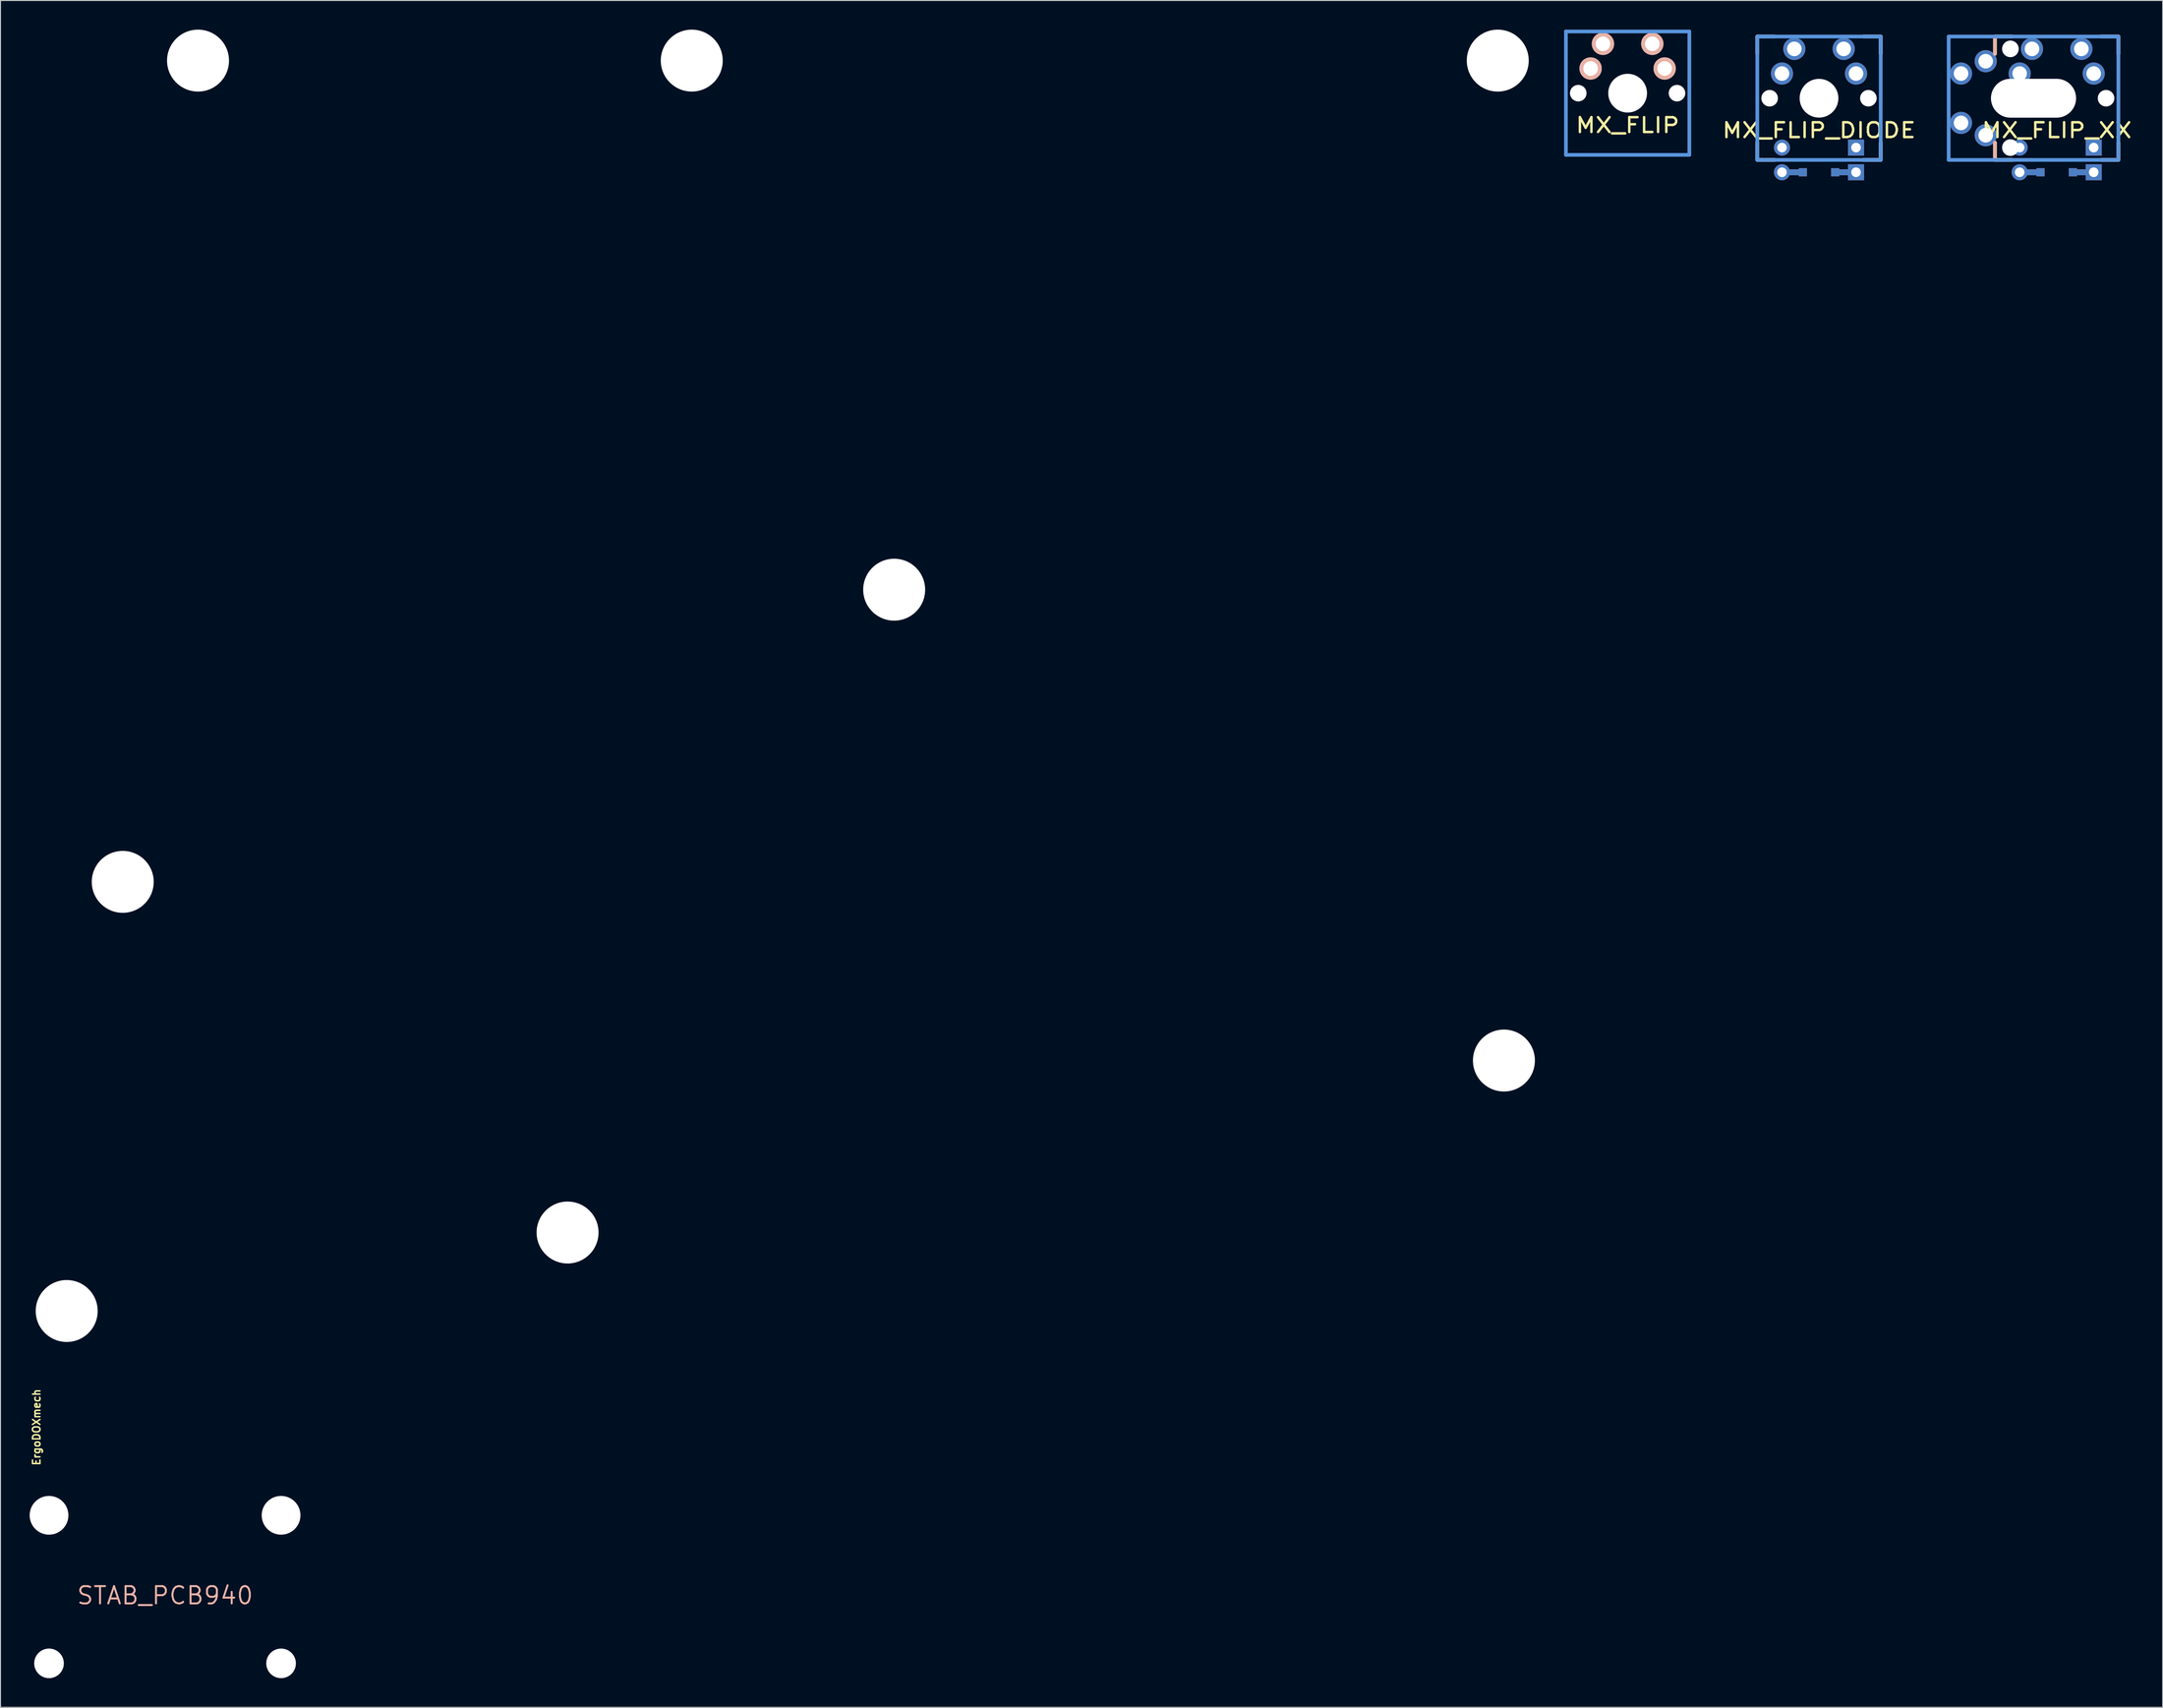
<source format=kicad_pcb>
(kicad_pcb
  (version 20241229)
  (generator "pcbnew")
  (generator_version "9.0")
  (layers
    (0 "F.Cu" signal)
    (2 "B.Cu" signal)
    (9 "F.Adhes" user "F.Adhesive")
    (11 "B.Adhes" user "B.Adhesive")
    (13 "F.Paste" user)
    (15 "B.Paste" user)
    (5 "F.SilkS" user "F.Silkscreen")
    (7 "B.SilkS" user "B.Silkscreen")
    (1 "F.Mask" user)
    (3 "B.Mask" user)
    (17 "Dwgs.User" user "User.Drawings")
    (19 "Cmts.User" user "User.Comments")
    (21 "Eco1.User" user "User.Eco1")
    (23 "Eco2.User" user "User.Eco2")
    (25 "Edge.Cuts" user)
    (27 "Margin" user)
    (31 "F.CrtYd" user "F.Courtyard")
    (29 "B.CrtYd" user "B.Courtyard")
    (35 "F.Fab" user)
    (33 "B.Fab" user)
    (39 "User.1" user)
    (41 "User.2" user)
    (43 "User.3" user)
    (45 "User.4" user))
  (footprint "MX_FLIP_XX"
    (layer "F.Cu")
    (at 208.566 7.061)
    (property "Reference" "MX_FLIP_XX" (at 0 3.302 0) (layer "F.SilkS") (effects (font (size 1.524 1.778) (thickness 0.254))))
    (attr through_hole)
    (fp_line (start -3.81 7.62) (end -1.664 7.62) (stroke (width 0.61) (type solid)) (layer "F.Cu"))
    (fp_line (start 1.664 7.62) (end 3.81 7.62) (stroke (width 0.61) (type solid)) (layer "F.Cu"))
    (fp_line (start -3.81 7.62) (end -1.664 7.62) (stroke (width 0.61) (type solid)) (layer "B.Cu"))
    (fp_line (start 1.664 7.62) (end 3.81 7.62) (stroke (width 0.61) (type solid)) (layer "B.Cu"))
    (fp_line (start -6.35 -6.35) (end -4.572 -6.35) (stroke (width 0.381) (type solid)) (layer "F.SilkS"))
    (fp_line (start -6.35 -4.572) (end -6.35 -6.35) (stroke (width 0.381) (type solid)) (layer "F.SilkS"))
    (fp_line (start -6.35 6.35) (end -6.35 4.572) (stroke (width 0.381) (type solid)) (layer "F.SilkS"))
    (fp_line (start -4.572 6.35) (end -6.35 6.35) (stroke (width 0.381) (type solid)) (layer "F.SilkS"))
    (fp_line (start 4.572 -6.35) (end 6.35 -6.35) (stroke (width 0.381) (type solid)) (layer "F.SilkS"))
    (fp_line (start 6.35 -6.35) (end 6.35 -4.572) (stroke (width 0.381) (type solid)) (layer "F.SilkS"))
    (fp_line (start 6.35 4.572) (end 6.35 6.35) (stroke (width 0.381) (type solid)) (layer "F.SilkS"))
    (fp_line (start 6.35 6.35) (end 4.572 6.35) (stroke (width 0.381) (type solid)) (layer "F.SilkS"))
    (fp_line (start -6.35 -6.35) (end -4.572 -6.35) (stroke (width 0.381) (type solid)) (layer "B.SilkS"))
    (fp_line (start -6.35 -4.572) (end -6.35 -6.35) (stroke (width 0.381) (type solid)) (layer "B.SilkS"))
    (fp_line (start -6.35 6.35) (end -6.35 4.572) (stroke (width 0.381) (type solid)) (layer "B.SilkS"))
    (fp_line (start -4.572 6.35) (end -6.35 6.35) (stroke (width 0.381) (type solid)) (layer "B.SilkS"))
    (fp_line (start 4.572 -6.35) (end 6.35 -6.35) (stroke (width 0.381) (type solid)) (layer "B.SilkS"))
    (fp_line (start 6.35 -6.35) (end 6.35 -4.572) (stroke (width 0.381) (type solid)) (layer "B.SilkS"))
    (fp_line (start 6.35 4.572) (end 6.35 6.35) (stroke (width 0.381) (type solid)) (layer "B.SilkS"))
    (fp_line (start 6.35 6.35) (end 4.572 6.35) (stroke (width 0.381) (type solid)) (layer "B.SilkS"))
    (fp_line (start -11.113 -6.35) (end 6.35 -6.35) (stroke (width 0.381) (type solid)) (layer "Cmts.User"))
    (fp_line (start -11.113 6.35) (end -11.113 -6.35) (stroke (width 0.381) (type solid)) (layer "Cmts.User"))
    (fp_line (start 6.35 -6.35) (end 6.35 6.35) (stroke (width 0.381) (type solid)) (layer "Cmts.User"))
    (fp_line (start 6.35 6.35) (end -11.113 6.35) (stroke (width 0.381) (type solid)) (layer "Cmts.User"))
    (fp_line (start -7.798 -6.005) (end -6.985 -6.005) (stroke (width 0.152) (type solid)) (layer "Eco2.User"))
    (fp_line (start -7.798 -2.504) (end -7.798 -6.005) (stroke (width 0.152) (type solid)) (layer "Eco2.User"))
    (fp_line (start -7.798 2.504) (end -6.985 2.504) (stroke (width 0.152) (type solid)) (layer "Eco2.User"))
    (fp_line (start -7.798 6.005) (end -7.798 2.504) (stroke (width 0.152) (type solid)) (layer "Eco2.User"))
    (fp_line (start -6.985 -6.985) (end 6.985 -6.985) (stroke (width 0.152) (type solid)) (layer "Eco2.User"))
    (fp_line (start -6.985 -6.005) (end -6.985 -6.985) (stroke (width 0.152) (type solid)) (layer "Eco2.User"))
    (fp_line (start -6.985 -2.504) (end -7.798 -2.504) (stroke (width 0.152) (type solid)) (layer "Eco2.User"))
    (fp_line (start -6.985 2.504) (end -6.985 -2.504) (stroke (width 0.152) (type solid)) (layer "Eco2.User"))
    (fp_line (start -6.985 6.005) (end -7.798 6.005) (stroke (width 0.152) (type solid)) (layer "Eco2.User"))
    (fp_line (start -6.985 6.985) (end -6.985 6.005) (stroke (width 0.152) (type solid)) (layer "Eco2.User"))
    (fp_line (start 6.985 -6.985) (end 6.985 -6.005) (stroke (width 0.152) (type solid)) (layer "Eco2.User"))
    (fp_line (start 6.985 -6.005) (end 7.798 -6.005) (stroke (width 0.152) (type solid)) (layer "Eco2.User"))
    (fp_line (start 6.985 -2.504) (end 6.985 2.504) (stroke (width 0.152) (type solid)) (layer "Eco2.User"))
    (fp_line (start 6.985 2.504) (end 7.798 2.504) (stroke (width 0.152) (type solid)) (layer "Eco2.User"))
    (fp_line (start 6.985 6.005) (end 6.985 6.985) (stroke (width 0.152) (type solid)) (layer "Eco2.User"))
    (fp_line (start 6.985 6.985) (end -6.985 6.985) (stroke (width 0.152) (type solid)) (layer "Eco2.User"))
    (fp_line (start 7.798 -6.005) (end 7.798 -2.504) (stroke (width 0.152) (type solid)) (layer "Eco2.User"))
    (fp_line (start 7.798 -2.504) (end 6.985 -2.504) (stroke (width 0.152) (type solid)) (layer "Eco2.User"))
    (fp_line (start 7.798 2.504) (end 7.798 6.005) (stroke (width 0.152) (type solid)) (layer "Eco2.User"))
    (fp_line (start 7.798 6.005) (end 6.985 6.005) (stroke (width 0.152) (type solid)) (layer "Eco2.User"))
    (pad "" np_thru_hole circle (at 5.08 0) (size 1.702 1.702) (drill 1.702) (layers "*.Cu" "*.Mask"))
    (pad "1" thru_hole circle (at -9.842 -2.54) (size 2.281 2.281) (drill 1.499) (layers "*.Cu" "*.Mask"))
    (pad "1" thru_hole circle (at -7.303 -3.81) (size 2.281 2.281) (drill 1.499) (layers "*.Cu" "*.Mask"))
    (pad "1" thru_hole circle (at 2.54 -5.08) (size 2.286 2.286) (drill 1.499) (layers "*.Cu" "*.Mask"))
    (pad "1" thru_hole circle (at 3.81 -2.54) (size 2.283 2.283) (drill 1.499) (layers "*.Cu" "*.Mask"))
    (pad "2" thru_hole circle (at -9.842 2.54) (size 2.281 2.281) (drill 1.499) (layers "*.Cu" "*.Mask"))
    (pad "2" thru_hole circle (at -7.303 3.81) (size 2.281 2.281) (drill 1.499) (layers "*.Cu" "*.Mask"))
    (pad "2" thru_hole circle (at -4.763 -5.08 90) (size 1.702 1.702) (drill 1.702) (layers "*.Cu" "*.Mask"))
    (pad "2" thru_hole circle (at -3.81 -2.54) (size 2.286 2.286) (drill 1.499) (layers "*.Cu" "*.Mask"))
    (pad "2" thru_hole circle (at -2.54 -5.08) (size 2.286 2.286) (drill 1.499) (layers "*.Cu" "*.Mask"))
    (pad "2" thru_hole oval (at -2.383 0) (size 8.75 3.988) (drill oval 8.75 3.988) (layers "*.Cu" "*.Mask"))
    (pad "3" thru_hole circle (at -4.763 5.08 90) (size 1.702 1.702) (drill 1.702) (layers "*.Cu" "*.Mask"))
    (pad "3" thru_hole circle (at -3.81 5.08) (size 1.651 1.651) (drill 0.991) (layers "*.Cu" "*.Mask"))
    (pad "3" thru_hole circle (at -3.81 7.62) (size 1.651 1.651) (drill 0.991) (layers "*.Cu" "*.Mask"))
    (pad "4" thru_hole rect (at 3.81 5.08) (size 1.651 1.651) (drill 0.991) (layers "*.Cu" "*.Mask"))
    (pad "4" thru_hole rect (at 3.81 7.62) (size 1.651 1.651) (drill 0.991) (layers "*.Cu" "*.Mask"))
    (pad "99" smd rect (at -1.664 7.62) (size 0.838 0.838) (layers "F.Cu" "F.Mask" "F.Paste"))
    (pad "99" smd rect (at -1.664 7.62) (size 0.838 0.838) (layers "B.Cu" "B.Mask" "B.Paste"))
    (pad "99" smd rect (at 1.664 7.62) (size 0.838 0.838) (layers "F.Cu" "F.Mask" "F.Paste"))
    (pad "99" smd rect (at 1.664 7.62) (size 0.838 0.838) (layers "B.Cu" "B.Mask" "B.Paste")))
  (footprint "ErgoDOXmech"
    (layer "F.Cu")
    (at 0.713 143.853)
    (property "Reference" "ErgoDOXmech" (at 0 0 90) (layer "F.SilkS") (effects (font (size 0.762 0.762) (thickness 0.152))))
    (attr through_hole)
    (pad "" np_thru_hole circle (at 3.099 -11.963) (size 6.375 6.375) (drill 6.375) (layers "*.Cu" "*.Mask"))
    (pad "" np_thru_hole circle (at 8.865 -56.134) (size 6.375 6.375) (drill 6.375) (layers "*.Cu" "*.Mask"))
    (pad "" np_thru_hole circle (at 16.612 -140.665) (size 6.375 6.375) (drill 6.375) (layers "*.Cu" "*.Mask"))
    (pad "" np_thru_hole circle (at 54.635 -20.041) (size 6.375 6.375) (drill 6.375) (layers "*.Cu" "*.Mask"))
    (pad "" np_thru_hole circle (at 67.412 -140.665) (size 6.375 6.375) (drill 6.375) (layers "*.Cu" "*.Mask"))
    (pad "" np_thru_hole circle (at 88.24 -86.208) (size 6.375 6.375) (drill 6.375) (layers "*.Cu" "*.Mask"))
    (pad "" np_thru_hole circle (at 150.343 -140.665) (size 6.375 6.375) (drill 6.375) (layers "*.Cu" "*.Mask"))
    (pad "" np_thru_hole circle (at 150.978 -37.744) (size 6.375 6.375) (drill 6.375) (layers "*.Cu" "*.Mask")))
  (footprint "STAB_PCB940"
    (layer "F.Cu")
    (at 13.932 161.173)
    (property "Reference" "STAB_PCB940" (at 0 0 0) (layer "B.SilkS") (effects (font (size 1.778 1.778) (thickness 0.203))))
    (attr through_hole)
    (fp_line (start -13.589 -6.223) (end -10.287 -6.223) (stroke (width 0.152) (type solid)) (layer "Eco2.User"))
    (fp_line (start -13.589 7.747) (end -13.589 -6.223) (stroke (width 0.152) (type solid)) (layer "Eco2.User"))
    (fp_line (start -10.287 -6.223) (end -10.287 7.747) (stroke (width 0.152) (type solid)) (layer "Eco2.User"))
    (fp_line (start -10.287 7.747) (end -13.589 7.747) (stroke (width 0.152) (type solid)) (layer "Eco2.User"))
    (fp_line (start 10.287 -6.223) (end 13.589 -6.223) (stroke (width 0.152) (type solid)) (layer "Eco2.User"))
    (fp_line (start 10.287 7.747) (end 10.287 -6.223) (stroke (width 0.152) (type solid)) (layer "Eco2.User"))
    (fp_line (start 13.589 -6.223) (end 13.589 7.747) (stroke (width 0.152) (type solid)) (layer "Eco2.User"))
    (fp_line (start 13.589 7.747) (end 10.287 7.747) (stroke (width 0.152) (type solid)) (layer "Eco2.User"))
    (pad "" np_thru_hole circle (at -11.938 -8.255) (size 3.988 3.988) (drill 3.988) (layers "*.Cu"))
    (pad "" np_thru_hole circle (at -11.938 6.985) (size 3.048 3.048) (drill 3.048) (layers "*.Cu" "*.Mask"))
    (pad "" np_thru_hole circle (at 11.938 6.985) (size 3.048 3.048) (drill 3.048) (layers "*.Cu"))
    (pad "" np_thru_hole circle (at 11.938 -8.255) (size 3.988 3.988) (drill 3.988) (layers "*.Cu" "*.Mask")))
  (footprint "MX_FLIP"
    (layer "F.Cu")
    (at 164.419 6.54)
    (property "Reference" "MX_FLIP" (at 0 3.302 0) (layer "F.SilkS") (effects (font (size 1.524 1.778) (thickness 0.254))))
    (attr through_hole)
    (fp_line (start -6.35 -6.35) (end 6.35 -6.35) (stroke (width 0.381) (type solid)) (layer "Cmts.User"))
    (fp_line (start -6.35 6.35) (end -6.35 -6.35) (stroke (width 0.381) (type solid)) (layer "Cmts.User"))
    (fp_line (start 6.35 -6.35) (end 6.35 6.35) (stroke (width 0.381) (type solid)) (layer "Cmts.User"))
    (fp_line (start 6.35 6.35) (end -6.35 6.35) (stroke (width 0.381) (type solid)) (layer "Cmts.User"))
    (pad "" np_thru_hole circle (at -5.08 0) (size 1.702 1.702) (drill 1.702) (layers "*.Cu" "*.Mask"))
    (pad "" np_thru_hole circle (at 0 0) (size 3.988 3.988) (drill 3.988) (layers "*.Cu" "*.Mask"))
    (pad "" np_thru_hole circle (at 5.08 0) (size 1.702 1.702) (drill 1.702) (layers "*.Cu" "*.Mask"))
    (pad "1" thru_hole circle (at 2.54 -5.08) (size 2.286 2.286) (drill 1.499) (layers "*.Cu" "*.SilkS" "*.Mask"))
    (pad "1" thru_hole circle (at 3.81 -2.54) (size 2.286 2.286) (drill 1.499) (layers "*.Cu" "*.SilkS" "*.Mask"))
    (pad "2" thru_hole circle (at -3.81 -2.54) (size 2.286 2.286) (drill 1.499) (layers "*.Cu" "*.SilkS" "*.Mask"))
    (pad "2" thru_hole circle (at -2.54 -5.08) (size 2.286 2.286) (drill 1.499) (layers "*.Cu" "*.SilkS" "*.Mask")))
  (footprint "MX_FLIP_DIODE"
    (layer "F.Cu")
    (at 184.111 7.061)
    (property "Reference" "MX_FLIP_DIODE" (at 0 3.302 0) (layer "F.SilkS") (effects (font (size 1.524 1.778) (thickness 0.254))))
    (attr through_hole)
    (fp_line (start -3.81 7.62) (end -1.664 7.62) (stroke (width 0.61) (type solid)) (layer "F.Cu"))
    (fp_line (start 1.664 7.62) (end 3.81 7.62) (stroke (width 0.61) (type solid)) (layer "F.Cu"))
    (fp_line (start -3.81 7.62) (end -1.664 7.62) (stroke (width 0.61) (type solid)) (layer "B.Cu"))
    (fp_line (start 1.664 7.62) (end 3.81 7.62) (stroke (width 0.61) (type solid)) (layer "B.Cu"))
    (fp_line (start -6.35 -6.35) (end -4.572 -6.35) (stroke (width 0.381) (type solid)) (layer "F.SilkS"))
    (fp_line (start -6.35 -4.572) (end -6.35 -6.35) (stroke (width 0.381) (type solid)) (layer "F.SilkS"))
    (fp_line (start -6.35 6.35) (end -6.35 4.572) (stroke (width 0.381) (type solid)) (layer "F.SilkS"))
    (fp_line (start -4.572 6.35) (end -6.35 6.35) (stroke (width 0.381) (type solid)) (layer "F.SilkS"))
    (fp_line (start 4.572 -6.35) (end 6.35 -6.35) (stroke (width 0.381) (type solid)) (layer "F.SilkS"))
    (fp_line (start 6.35 -6.35) (end 6.35 -4.572) (stroke (width 0.381) (type solid)) (layer "F.SilkS"))
    (fp_line (start 6.35 4.572) (end 6.35 6.35) (stroke (width 0.381) (type solid)) (layer "F.SilkS"))
    (fp_line (start 6.35 6.35) (end 4.572 6.35) (stroke (width 0.381) (type solid)) (layer "F.SilkS"))
    (fp_line (start -6.35 -6.35) (end -4.572 -6.35) (stroke (width 0.381) (type solid)) (layer "B.SilkS"))
    (fp_line (start -6.35 -4.572) (end -6.35 -6.35) (stroke (width 0.381) (type solid)) (layer "B.SilkS"))
    (fp_line (start -6.35 6.35) (end -6.35 4.572) (stroke (width 0.381) (type solid)) (layer "B.SilkS"))
    (fp_line (start -4.572 6.35) (end -6.35 6.35) (stroke (width 0.381) (type solid)) (layer "B.SilkS"))
    (fp_line (start 4.572 -6.35) (end 6.35 -6.35) (stroke (width 0.381) (type solid)) (layer "B.SilkS"))
    (fp_line (start 6.35 -6.35) (end 6.35 -4.572) (stroke (width 0.381) (type solid)) (layer "B.SilkS"))
    (fp_line (start 6.35 4.572) (end 6.35 6.35) (stroke (width 0.381) (type solid)) (layer "B.SilkS"))
    (fp_line (start 6.35 6.35) (end 4.572 6.35) (stroke (width 0.381) (type solid)) (layer "B.SilkS"))
    (fp_line (start -6.35 -6.35) (end 6.35 -6.35) (stroke (width 0.381) (type solid)) (layer "Cmts.User"))
    (fp_line (start -6.35 6.35) (end -6.35 -6.35) (stroke (width 0.381) (type solid)) (layer "Cmts.User"))
    (fp_line (start 6.35 -6.35) (end 6.35 6.35) (stroke (width 0.381) (type solid)) (layer "Cmts.User"))
    (fp_line (start 6.35 6.35) (end -6.35 6.35) (stroke (width 0.381) (type solid)) (layer "Cmts.User"))
    (fp_line (start -7.798 -6.005) (end -6.985 -6.005) (stroke (width 0.152) (type solid)) (layer "Eco2.User"))
    (fp_line (start -7.798 -2.504) (end -7.798 -6.005) (stroke (width 0.152) (type solid)) (layer "Eco2.User"))
    (fp_line (start -7.798 2.504) (end -6.985 2.504) (stroke (width 0.152) (type solid)) (layer "Eco2.User"))
    (fp_line (start -7.798 6.005) (end -7.798 2.504) (stroke (width 0.152) (type solid)) (layer "Eco2.User"))
    (fp_line (start -6.985 -6.985) (end 6.985 -6.985) (stroke (width 0.152) (type solid)) (layer "Eco2.User"))
    (fp_line (start -6.985 -6.005) (end -6.985 -6.985) (stroke (width 0.152) (type solid)) (layer "Eco2.User"))
    (fp_line (start -6.985 -2.504) (end -7.798 -2.504) (stroke (width 0.152) (type solid)) (layer "Eco2.User"))
    (fp_line (start -6.985 2.504) (end -6.985 -2.504) (stroke (width 0.152) (type solid)) (layer "Eco2.User"))
    (fp_line (start -6.985 6.005) (end -7.798 6.005) (stroke (width 0.152) (type solid)) (layer "Eco2.User"))
    (fp_line (start -6.985 6.985) (end -6.985 6.005) (stroke (width 0.152) (type solid)) (layer "Eco2.User"))
    (fp_line (start 6.985 -6.985) (end 6.985 -6.005) (stroke (width 0.152) (type solid)) (layer "Eco2.User"))
    (fp_line (start 6.985 -6.005) (end 7.798 -6.005) (stroke (width 0.152) (type solid)) (layer "Eco2.User"))
    (fp_line (start 6.985 -2.504) (end 6.985 2.504) (stroke (width 0.152) (type solid)) (layer "Eco2.User"))
    (fp_line (start 6.985 2.504) (end 7.798 2.504) (stroke (width 0.152) (type solid)) (layer "Eco2.User"))
    (fp_line (start 6.985 6.005) (end 6.985 6.985) (stroke (width 0.152) (type solid)) (layer "Eco2.User"))
    (fp_line (start 6.985 6.985) (end -6.985 6.985) (stroke (width 0.152) (type solid)) (layer "Eco2.User"))
    (fp_line (start 7.798 -6.005) (end 7.798 -2.504) (stroke (width 0.152) (type solid)) (layer "Eco2.User"))
    (fp_line (start 7.798 -2.504) (end 6.985 -2.504) (stroke (width 0.152) (type solid)) (layer "Eco2.User"))
    (fp_line (start 7.798 2.504) (end 7.798 6.005) (stroke (width 0.152) (type solid)) (layer "Eco2.User"))
    (fp_line (start 7.798 6.005) (end 6.985 6.005) (stroke (width 0.152) (type solid)) (layer "Eco2.User"))
    (pad "" np_thru_hole circle (at -5.08 0) (size 1.702 1.702) (drill 1.702) (layers "*.Cu" "*.Mask"))
    (pad "" np_thru_hole circle (at 0 0) (size 3.988 3.988) (drill 3.988) (layers "*.Cu" "*.Mask"))
    (pad "" np_thru_hole circle (at 5.08 0) (size 1.702 1.702) (drill 1.702) (layers "*.Cu" "*.Mask"))
    (pad "1" thru_hole circle (at 2.54 -5.08) (size 2.286 2.286) (drill 1.499) (layers "*.Cu" "*.Mask"))
    (pad "1" thru_hole circle (at 3.81 -2.54) (size 2.286 2.286) (drill 1.499) (layers "*.Cu" "*.Mask"))
    (pad "2" thru_hole circle (at -3.81 -2.54) (size 2.286 2.286) (drill 1.499) (layers "*.Cu" "*.Mask"))
    (pad "2" thru_hole circle (at -2.54 -5.08) (size 2.286 2.286) (drill 1.499) (layers "*.Cu" "*.Mask"))
    (pad "3" thru_hole circle (at -3.81 5.08) (size 1.651 1.651) (drill 0.991) (layers "*.Cu" "*.Mask"))
    (pad "3" thru_hole circle (at -3.81 7.62) (size 1.651 1.651) (drill 0.991) (layers "*.Cu" "*.Mask"))
    (pad "4" thru_hole rect (at 3.81 5.08) (size 1.651 1.651) (drill 0.991) (layers "*.Cu" "*.Mask"))
    (pad "4" thru_hole rect (at 3.81 7.62) (size 1.651 1.651) (drill 0.991) (layers "*.Cu" "*.Mask"))
    (pad "99" smd rect (at -1.664 7.62) (size 0.838 0.838) (layers "F.Cu" "F.Mask" "F.Paste"))
    (pad "99" smd rect (at -1.664 7.62) (size 0.838 0.838) (layers "B.Cu" "B.Mask" "B.Paste"))
    (pad "99" smd rect (at 1.664 7.62) (size 0.838 0.838) (layers "F.Cu" "F.Mask" "F.Paste"))
    (pad "99" smd rect (at 1.664 7.62) (size 0.838 0.838) (layers "B.Cu" "B.Mask" "B.Paste")))
  (gr_rect
    (start -3 -3)
    (end 219.473 172.682)
    (stroke (width 0.1) (type default))
    (fill no)
    (layer "Edge.Cuts")))
</source>
